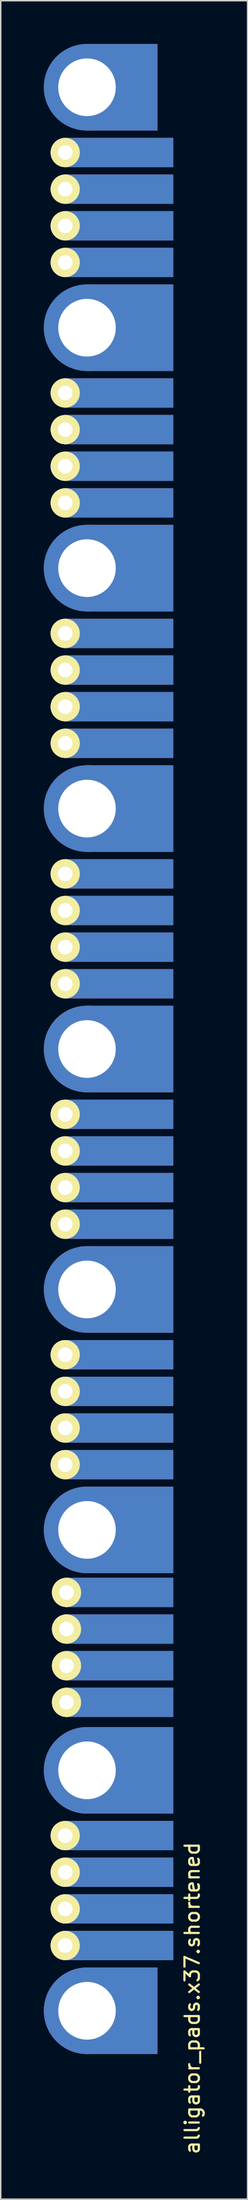
<source format=kicad_pcb>
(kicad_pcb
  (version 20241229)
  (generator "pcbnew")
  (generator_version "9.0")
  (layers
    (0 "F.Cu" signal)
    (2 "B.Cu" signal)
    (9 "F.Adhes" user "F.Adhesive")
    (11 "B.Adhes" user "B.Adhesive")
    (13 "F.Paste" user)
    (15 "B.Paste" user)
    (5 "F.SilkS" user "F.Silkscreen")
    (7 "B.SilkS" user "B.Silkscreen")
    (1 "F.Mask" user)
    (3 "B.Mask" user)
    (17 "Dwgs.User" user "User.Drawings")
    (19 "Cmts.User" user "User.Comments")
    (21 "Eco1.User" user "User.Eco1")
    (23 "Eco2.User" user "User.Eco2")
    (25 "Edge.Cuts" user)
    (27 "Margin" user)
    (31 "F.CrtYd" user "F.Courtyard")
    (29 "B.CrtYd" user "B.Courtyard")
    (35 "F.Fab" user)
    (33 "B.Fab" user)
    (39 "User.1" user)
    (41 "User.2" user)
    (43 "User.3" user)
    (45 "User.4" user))
  (footprint "alligator_pads.x37.shortened"
    (layer "F.Cu")
    (at 4.5 69.672)
    (property "Reference" "alligator_pads.x37.shortened" (at 5.822 65.8 90) (layer "F.SilkS") (effects (font (size 1 1) (thickness 0.15))))
    (attr through_hole)
    (pad "1" thru_hole circle (at -3.016 -62.148) (size 2.032 2.032) (drill 1.016) (layers "*.Cu" "*.Mask" "F.SilkS"))
    (pad "1" thru_hole circle (at -1.5 -66.672) (size 6 6) (drill 4) (layers "*.Cu" "*.Mask"))
    (pad "1" smd rect (at 0.742 -62.148) (size 7.516 2.032) (layers "F.Cu" "F.Mask" "F.Paste"))
    (pad "1" smd rect (at 0.742 -62.148) (size 7.516 2.032) (layers "F.Mask" "B.Cu" "F.Paste"))
    (pad "1" smd rect (at 0.9 -66.672) (size 5 6) (layers "F.Cu" "F.Mask" "F.Paste"))
    (pad "1" smd rect (at 0.9 -66.672) (size 5 6) (layers "F.Mask" "B.Cu" "F.Paste"))
    (pad "2" thru_hole circle (at -3.016 -59.608) (size 2.032 2.032) (drill 1.016) (layers "*.Cu" "*.Mask" "F.SilkS"))
    (pad "2" smd rect (at 0.742 -59.608) (size 7.516 2.032) (layers "F.Cu" "F.Mask" "F.Paste"))
    (pad "2" smd rect (at 0.742 -59.608) (size 7.516 2.032) (layers "F.Mask" "B.Cu" "F.Paste"))
    (pad "3" thru_hole circle (at -3.016 -57.068) (size 2.032 2.032) (drill 1.016) (layers "*.Cu" "*.Mask" "F.SilkS"))
    (pad "3" smd rect (at 0.742 -57.068) (size 7.516 2.032) (layers "F.Cu" "F.Mask" "F.Paste"))
    (pad "3" smd rect (at 0.742 -57.068) (size 7.516 2.032) (layers "F.Mask" "B.Cu" "F.Paste"))
    (pad "4" thru_hole circle (at -3.016 -54.528) (size 2.032 2.032) (drill 1.016) (layers "*.Cu" "*.Mask" "F.SilkS"))
    (pad "4" thru_hole circle (at -3.016 -45.48) (size 2.032 2.032) (drill 1.016) (layers "*.Cu" "*.Mask" "F.SilkS"))
    (pad "4" thru_hole circle (at -1.5 -50.004) (size 6 6) (drill 4) (layers "*.Cu" "*.Mask"))
    (pad "4" smd rect (at 0.742 -54.528) (size 7.516 2.032) (layers "F.Cu" "F.Mask" "F.Paste"))
    (pad "4" smd rect (at 0.742 -54.528) (size 7.516 2.032) (layers "F.Mask" "B.Cu" "F.Paste"))
    (pad "4" smd rect (at 0.742 -45.48) (size 7.516 2.032) (layers "F.Cu" "F.Mask" "F.Paste"))
    (pad "4" smd rect (at 0.742 -45.48) (size 7.516 2.032) (layers "F.Mask" "B.Cu" "F.Paste"))
    (pad "4" smd rect (at 1.5 -50.004) (size 6 6) (layers "F.Cu" "F.Mask" "F.Paste"))
    (pad "4" smd rect (at 1.5 -50.004) (size 6 6) (layers "F.Mask" "B.Cu" "F.Paste"))
    (pad "5" thru_hole circle (at -3.016 -42.94) (size 2.032 2.032) (drill 1.016) (layers "*.Cu" "*.Mask" "F.SilkS"))
    (pad "5" smd rect (at 0.742 -42.94) (size 7.516 2.032) (layers "F.Cu" "F.Mask" "F.Paste"))
    (pad "5" smd rect (at 0.742 -42.94) (size 7.516 2.032) (layers "F.Mask" "B.Cu" "F.Paste"))
    (pad "6" thru_hole circle (at -3.016 -40.4) (size 2.032 2.032) (drill 1.016) (layers "*.Cu" "*.Mask" "F.SilkS"))
    (pad "6" smd rect (at 0.742 -40.4) (size 7.516 2.032) (layers "F.Cu" "F.Mask" "F.Paste"))
    (pad "6" smd rect (at 0.742 -40.4) (size 7.516 2.032) (layers "F.Mask" "B.Cu" "F.Paste"))
    (pad "7" thru_hole circle (at -3.016 -37.86) (size 2.032 2.032) (drill 1.016) (layers "*.Cu" "*.Mask" "F.SilkS"))
    (pad "7" smd rect (at 0.742 -37.86) (size 7.516 2.032) (layers "F.Cu" "F.Mask" "F.Paste"))
    (pad "7" smd rect (at 0.742 -37.86) (size 7.516 2.032) (layers "F.Mask" "B.Cu" "F.Paste"))
    (pad "8" thru_hole circle (at -1.5 -33.336) (size 6 6) (drill 4) (layers "*.Cu" "*.Mask"))
    (pad "8" smd rect (at 1.5 -33.336) (size 6 6) (layers "F.Cu" "F.Mask" "F.Paste"))
    (pad "8" smd rect (at 1.5 -33.336) (size 6 6) (layers "F.Mask" "B.Cu" "F.Paste"))
    (pad "9" thru_hole circle (at -3.016 -28.812) (size 2.032 2.032) (drill 1.016) (layers "*.Cu" "*.Mask" "F.SilkS"))
    (pad "9" smd rect (at 0.742 -28.812) (size 7.516 2.032) (layers "F.Cu" "F.Mask" "F.Paste"))
    (pad "9" smd rect (at 0.742 -28.812) (size 7.516 2.032) (layers "F.Mask" "B.Cu" "F.Paste"))
    (pad "10" thru_hole circle (at -3.016 -26.272) (size 2.032 2.032) (drill 1.016) (layers "*.Cu" "*.Mask" "F.SilkS"))
    (pad "10" smd rect (at 0.742 -26.272) (size 7.516 2.032) (layers "F.Cu" "F.Mask" "F.Paste"))
    (pad "10" smd rect (at 0.742 -26.272) (size 7.516 2.032) (layers "F.Mask" "B.Cu" "F.Paste"))
    (pad "11" thru_hole circle (at -3.016 -23.732) (size 2.032 2.032) (drill 1.016) (layers "*.Cu" "*.Mask" "F.SilkS"))
    (pad "11" smd rect (at 0.742 -23.732) (size 7.516 2.032) (layers "F.Cu" "F.Mask" "F.Paste"))
    (pad "11" smd rect (at 0.742 -23.732) (size 7.516 2.032) (layers "F.Mask" "B.Cu" "F.Paste"))
    (pad "12" thru_hole circle (at -3.016 -21.192) (size 2.032 2.032) (drill 1.016) (layers "*.Cu" "*.Mask" "F.SilkS"))
    (pad "12" smd rect (at 0.742 -21.192) (size 7.516 2.032) (layers "F.Cu" "F.Mask" "F.Paste"))
    (pad "12" smd rect (at 0.742 -21.192) (size 7.516 2.032) (layers "F.Mask" "B.Cu" "F.Paste"))
    (pad "13" thru_hole circle (at -1.5 -16.668) (size 6 6) (drill 4) (layers "*.Cu" "*.Mask"))
    (pad "13" smd rect (at 1.5 -16.668) (size 6 6) (layers "F.Cu" "F.Mask" "F.Paste"))
    (pad "13" smd rect (at 1.5 -16.668) (size 6 6) (layers "F.Mask" "B.Cu" "F.Paste"))
    (pad "14" thru_hole circle (at -3.016 -12.144) (size 2.032 2.032) (drill 1.016) (layers "*.Cu" "*.Mask" "F.SilkS"))
    (pad "14" smd rect (at 0.742 -12.144) (size 7.516 2.032) (layers "F.Cu" "F.Mask" "F.Paste"))
    (pad "14" smd rect (at 0.742 -12.144) (size 7.516 2.032) (layers "F.Mask" "B.Cu" "F.Paste"))
    (pad "15" thru_hole circle (at -3.016 -9.604) (size 2.032 2.032) (drill 1.016) (layers "*.Cu" "*.Mask" "F.SilkS"))
    (pad "15" smd rect (at 0.742 -9.604) (size 7.516 2.032) (layers "F.Cu" "F.Mask" "F.Paste"))
    (pad "15" smd rect (at 0.742 -9.604) (size 7.516 2.032) (layers "F.Mask" "B.Cu" "F.Paste"))
    (pad "16" thru_hole circle (at -3.016 -7.064) (size 2.032 2.032) (drill 1.016) (layers "*.Cu" "*.Mask" "F.SilkS"))
    (pad "16" smd rect (at 0.742 -7.064) (size 7.516 2.032) (layers "F.Cu" "F.Mask" "F.Paste"))
    (pad "16" smd rect (at 0.742 -7.064) (size 7.516 2.032) (layers "F.Mask" "B.Cu" "F.Paste"))
    (pad "17" thru_hole circle (at -3.016 -4.524) (size 2.032 2.032) (drill 1.016) (layers "*.Cu" "*.Mask" "F.SilkS"))
    (pad "17" smd rect (at 0.742 -4.524) (size 7.516 2.032) (layers "F.Cu" "F.Mask" "F.Paste"))
    (pad "17" smd rect (at 0.742 -4.524) (size 7.516 2.032) (layers "F.Mask" "B.Cu" "F.Paste"))
    (pad "18" thru_hole circle (at -1.5 0) (size 6 6) (drill 4) (layers "*.Cu" "*.Mask"))
    (pad "18" smd rect (at 1.5 0) (size 6 6) (layers "F.Cu" "F.Mask" "F.Paste"))
    (pad "18" smd rect (at 1.5 0) (size 6 6) (layers "F.Mask" "B.Cu" "F.Paste"))
    (pad "19" thru_hole circle (at -3.016 4.524) (size 2.032 2.032) (drill 1.016) (layers "*.Cu" "*.Mask" "F.SilkS"))
    (pad "19" smd rect (at 0.742 4.524) (size 7.516 2.032) (layers "F.Cu" "F.Mask" "F.Paste"))
    (pad "19" smd rect (at 0.742 4.524) (size 7.516 2.032) (layers "F.Mask" "B.Cu" "F.Paste"))
    (pad "20" thru_hole circle (at -3.016 7.064) (size 2.032 2.032) (drill 1.016) (layers "*.Cu" "*.Mask" "F.SilkS"))
    (pad "20" smd rect (at 0.742 7.064) (size 7.516 2.032) (layers "F.Cu" "F.Mask" "F.Paste"))
    (pad "20" smd rect (at 0.742 7.064) (size 7.516 2.032) (layers "F.Mask" "B.Cu" "F.Paste"))
    (pad "21" thru_hole circle (at -3.016 9.604) (size 2.032 2.032) (drill 1.016) (layers "*.Cu" "*.Mask" "F.SilkS"))
    (pad "21" smd rect (at 0.742 9.604) (size 7.516 2.032) (layers "F.Cu" "F.Mask" "F.Paste"))
    (pad "21" smd rect (at 0.742 9.604) (size 7.516 2.032) (layers "F.Mask" "B.Cu" "F.Paste"))
    (pad "22" thru_hole circle (at -3.016 12.144) (size 2.032 2.032) (drill 1.016) (layers "*.Cu" "*.Mask" "F.SilkS"))
    (pad "22" smd rect (at 0.742 12.144) (size 7.516 2.032) (layers "F.Cu" "F.Mask" "F.Paste"))
    (pad "22" smd rect (at 0.742 12.144) (size 7.516 2.032) (layers "F.Mask" "B.Cu" "F.Paste"))
    (pad "23" thru_hole circle (at -1.5 16.668) (size 6 6) (drill 4) (layers "*.Cu" "*.Mask"))
    (pad "23" smd rect (at 1.5 16.668) (size 6 6) (layers "F.Cu" "F.Mask" "F.Paste"))
    (pad "23" smd rect (at 1.5 16.668) (size 6 6) (layers "F.Mask" "B.Cu" "F.Paste"))
    (pad "24" thru_hole circle (at -3.016 21.192) (size 2.032 2.032) (drill 1.016) (layers "*.Cu" "*.Mask" "F.SilkS"))
    (pad "24" smd rect (at 0.742 21.192) (size 7.516 2.032) (layers "F.Cu" "F.Mask" "F.Paste"))
    (pad "24" smd rect (at 0.742 21.192) (size 7.516 2.032) (layers "F.Mask" "B.Cu" "F.Paste"))
    (pad "25" thru_hole circle (at -3.016 23.732) (size 2.032 2.032) (drill 1.016) (layers "*.Cu" "*.Mask" "F.SilkS"))
    (pad "25" smd rect (at 0.742 23.732) (size 7.516 2.032) (layers "F.Cu" "F.Mask" "F.Paste"))
    (pad "25" smd rect (at 0.742 23.732) (size 7.516 2.032) (layers "F.Mask" "B.Cu" "F.Paste"))
    (pad "26" thru_hole circle (at -3.016 26.272) (size 2.032 2.032) (drill 1.016) (layers "*.Cu" "*.Mask" "F.SilkS"))
    (pad "26" smd rect (at 0.742 26.272) (size 7.516 2.032) (layers "F.Cu" "F.Mask" "F.Paste"))
    (pad "26" smd rect (at 0.742 26.272) (size 7.516 2.032) (layers "F.Mask" "B.Cu" "F.Paste"))
    (pad "27" thru_hole circle (at -3.016 28.812) (size 2.032 2.032) (drill 1.016) (layers "*.Cu" "*.Mask" "F.SilkS"))
    (pad "27" smd rect (at 0.742 28.812) (size 7.516 2.032) (layers "F.Cu" "F.Mask" "F.Paste"))
    (pad "27" smd rect (at 0.742 28.812) (size 7.516 2.032) (layers "F.Mask" "B.Cu" "F.Paste"))
    (pad "28" thru_hole circle (at -1.5 33.336) (size 6 6) (drill 4) (layers "*.Cu" "*.Mask"))
    (pad "28" smd rect (at 1.5 33.336) (size 6 6) (layers "F.Cu" "F.Mask" "F.Paste"))
    (pad "28" smd rect (at 1.5 33.336) (size 6 6) (layers "F.Mask" "B.Cu" "F.Paste"))
    (pad "29" thru_hole circle (at -2.926 37.67) (size 2.032 2.032) (drill 1.016) (layers "*.Cu" "*.Mask" "F.SilkS"))
    (pad "29" smd rect (at 0.742 37.67) (size 7.516 2.032) (layers "F.Cu" "F.Mask" "F.Paste"))
    (pad "29" smd rect (at 0.742 37.67) (size 7.516 2.032) (layers "F.Mask" "B.Cu" "F.Paste"))
    (pad "30" thru_hole circle (at -2.926 40.21) (size 2.032 2.032) (drill 1.016) (layers "*.Cu" "*.Mask" "F.SilkS"))
    (pad "30" smd rect (at 0.742 40.21) (size 7.516 2.032) (layers "F.Cu" "F.Mask" "F.Paste"))
    (pad "30" smd rect (at 0.742 40.21) (size 7.516 2.032) (layers "F.Mask" "B.Cu" "F.Paste"))
    (pad "31" thru_hole circle (at -2.926 42.75) (size 2.032 2.032) (drill 1.016) (layers "*.Cu" "*.Mask" "F.SilkS"))
    (pad "31" smd rect (at 0.742 42.75) (size 7.516 2.032) (layers "F.Cu" "F.Mask" "F.Paste"))
    (pad "31" smd rect (at 0.742 42.75) (size 7.516 2.032) (layers "F.Mask" "B.Cu" "F.Paste"))
    (pad "32" thru_hole circle (at -2.926 45.29) (size 2.032 2.032) (drill 1.016) (layers "*.Cu" "*.Mask" "F.SilkS"))
    (pad "32" smd rect (at 0.742 45.29) (size 7.516 2.032) (layers "F.Cu" "F.Mask" "F.Paste"))
    (pad "32" smd rect (at 0.742 45.29) (size 7.516 2.032) (layers "F.Mask" "B.Cu" "F.Paste"))
    (pad "33" thru_hole circle (at -1.5 50.004) (size 6 6) (drill 4) (layers "*.Cu" "*.Mask"))
    (pad "33" smd rect (at 1.5 50.004) (size 6 6) (layers "F.Cu" "F.Mask" "F.Paste"))
    (pad "33" smd rect (at 1.5 50.004) (size 6 6) (layers "F.Mask" "B.Cu" "F.Paste"))
    (pad "34" thru_hole circle (at -3.016 54.528) (size 2.032 2.032) (drill 1.016) (layers "*.Cu" "*.Mask" "F.SilkS"))
    (pad "34" smd rect (at 0.742 54.528) (size 7.516 2.032) (layers "F.Cu" "F.Mask" "F.Paste"))
    (pad "34" smd rect (at 0.742 54.528) (size 7.516 2.032) (layers "F.Mask" "B.Cu" "F.Paste"))
    (pad "35" thru_hole circle (at -3.016 57.068) (size 2.032 2.032) (drill 1.016) (layers "*.Cu" "*.Mask" "F.SilkS"))
    (pad "35" smd rect (at 0.742 57.068) (size 7.516 2.032) (layers "F.Cu" "F.Mask" "F.Paste"))
    (pad "35" smd rect (at 0.742 57.068) (size 7.516 2.032) (layers "F.Mask" "B.Cu" "F.Paste"))
    (pad "36" thru_hole circle (at -3.016 59.608) (size 2.032 2.032) (drill 1.016) (layers "*.Cu" "*.Mask" "F.SilkS"))
    (pad "36" smd rect (at 0.742 59.608) (size 7.516 2.032) (layers "F.Cu" "F.Mask" "F.Paste"))
    (pad "36" smd rect (at 0.742 59.608) (size 7.516 2.032) (layers "F.Mask" "B.Cu" "F.Paste"))
    (pad "37" thru_hole circle (at -3.016 62.148) (size 2.032 2.032) (drill 1.016) (layers "*.Cu" "*.Mask" "F.SilkS"))
    (pad "37" thru_hole circle (at -1.5 66.672) (size 6 6) (drill 4) (layers "*.Cu" "*.Mask"))
    (pad "37" smd rect (at 0.742 62.148) (size 7.516 2.032) (layers "F.Cu" "F.Mask" "F.Paste"))
    (pad "37" smd rect (at 0.742 62.148) (size 7.516 2.032) (layers "F.Mask" "B.Cu" "F.Paste"))
    (pad "37" smd rect (at 0.9 66.672) (size 5 6) (layers "F.Cu" "F.Mask" "F.Paste"))
    (pad "37" smd rect (at 0.9 66.672) (size 5 6) (layers "F.Mask" "B.Cu" "F.Paste")))
  (gr_rect
    (start -3 -3)
    (end 14.17 149.407)
    (stroke (width 0.1) (type default))
    (fill no)
    (layer "Edge.Cuts")))
</source>
